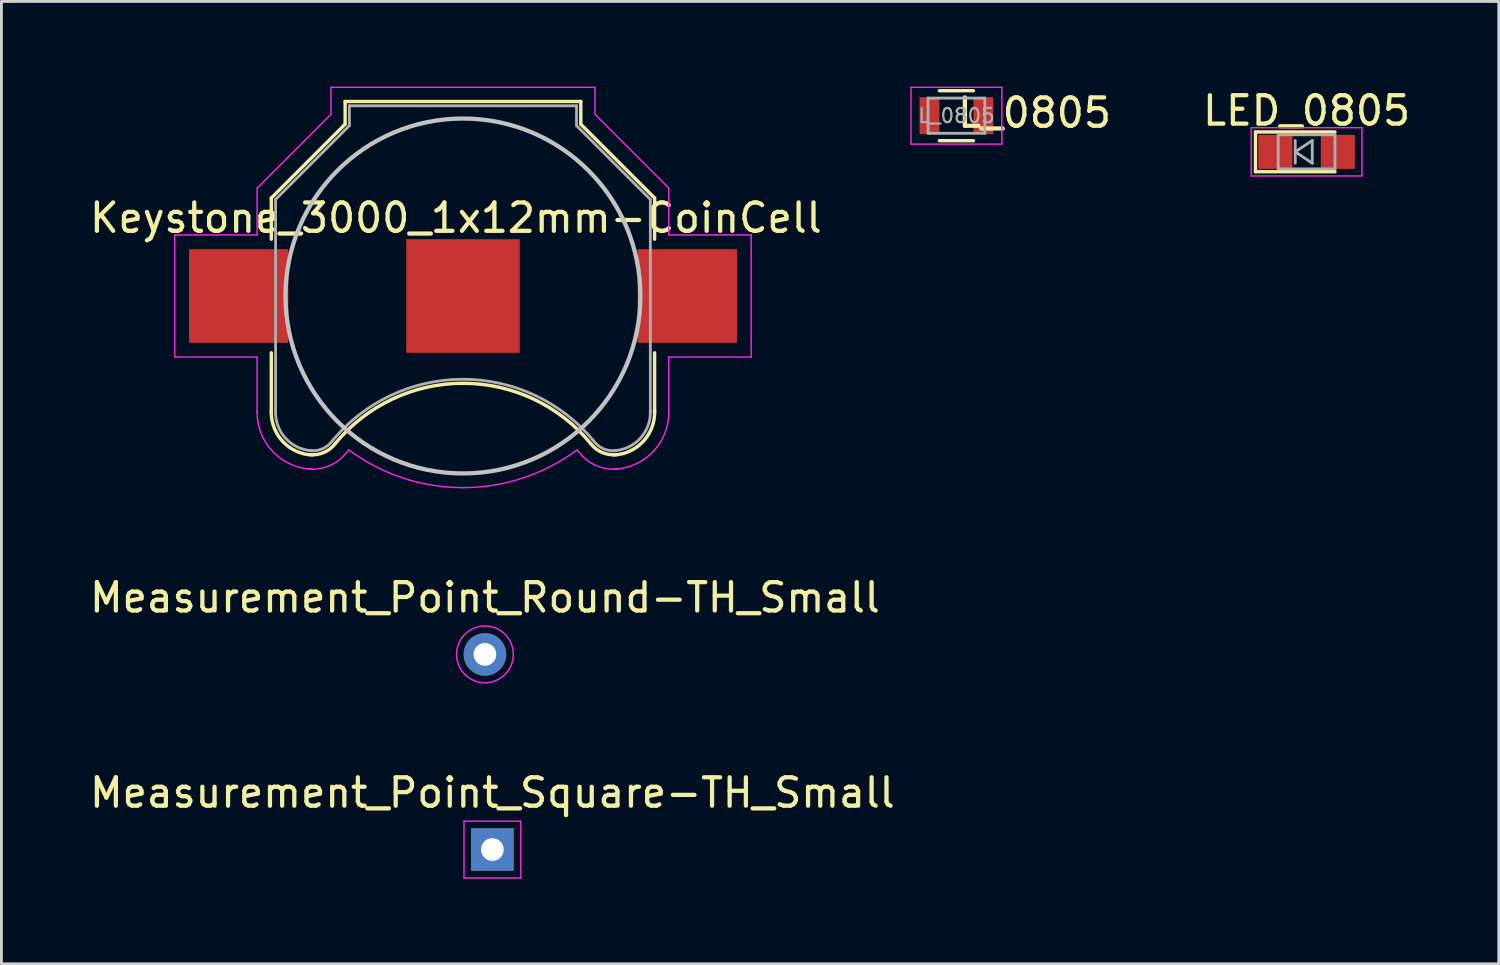
<source format=kicad_pcb>
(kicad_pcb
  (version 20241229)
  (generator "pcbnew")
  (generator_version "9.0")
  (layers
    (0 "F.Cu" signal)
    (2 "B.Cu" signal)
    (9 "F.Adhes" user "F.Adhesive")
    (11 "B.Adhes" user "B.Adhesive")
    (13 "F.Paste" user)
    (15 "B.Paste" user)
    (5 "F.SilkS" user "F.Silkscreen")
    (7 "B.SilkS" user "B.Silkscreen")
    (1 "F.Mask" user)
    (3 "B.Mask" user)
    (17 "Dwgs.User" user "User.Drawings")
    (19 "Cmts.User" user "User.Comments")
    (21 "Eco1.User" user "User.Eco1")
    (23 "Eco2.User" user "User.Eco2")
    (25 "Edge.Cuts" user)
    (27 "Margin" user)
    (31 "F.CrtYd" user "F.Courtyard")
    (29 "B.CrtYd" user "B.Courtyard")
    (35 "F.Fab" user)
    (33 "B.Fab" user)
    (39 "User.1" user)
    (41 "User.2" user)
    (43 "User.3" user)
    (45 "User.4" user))
  (footprint "LED_0805"
    (layer "F.Cu")
    (at 42.97 2.298)
    (property "Reference" "LED_0805" (at 0 -1.45 0) (layer "F.SilkS") (effects (font (size 1 1) (thickness 0.15))))
    (attr smd)
    (fp_line (start -1.8 -0.7) (end -1.8 0.7) (stroke (width 0.12) (type solid)) (layer "F.SilkS"))
    (fp_line (start -1.8 -0.7) (end 1 -0.7) (stroke (width 0.12) (type solid)) (layer "F.SilkS"))
    (fp_line (start -1.8 0.7) (end 1 0.7) (stroke (width 0.12) (type solid)) (layer "F.SilkS"))
    (fp_line (start -1.95 -0.85) (end 1.95 -0.85) (stroke (width 0.05) (type solid)) (layer "F.CrtYd"))
    (fp_line (start -1.95 0.85) (end -1.95 -0.85) (stroke (width 0.05) (type solid)) (layer "F.CrtYd"))
    (fp_line (start 1.95 -0.85) (end 1.95 0.85) (stroke (width 0.05) (type solid)) (layer "F.CrtYd"))
    (fp_line (start 1.95 0.85) (end -1.95 0.85) (stroke (width 0.05) (type solid)) (layer "F.CrtYd"))
    (fp_line (start -1 -0.6) (end 1 -0.6) (stroke (width 0.1) (type solid)) (layer "F.Fab"))
    (fp_line (start -1 0.6) (end -1 -0.6) (stroke (width 0.1) (type solid)) (layer "F.Fab"))
    (fp_line (start -0.4 -0.4) (end -0.4 0.4) (stroke (width 0.1) (type solid)) (layer "F.Fab"))
    (fp_line (start -0.4 0) (end 0.2 -0.4) (stroke (width 0.1) (type solid)) (layer "F.Fab"))
    (fp_line (start 0.2 -0.4) (end 0.2 0.4) (stroke (width 0.1) (type solid)) (layer "F.Fab"))
    (fp_line (start 0.2 0.4) (end -0.4 0) (stroke (width 0.1) (type solid)) (layer "F.Fab"))
    (fp_line (start 1 -0.6) (end 1 0.6) (stroke (width 0.1) (type solid)) (layer "F.Fab"))
    (fp_line (start 1 0.6) (end -1 0.6) (stroke (width 0.1) (type solid)) (layer "F.Fab"))
    (pad "1" smd rect (at -1.1 0 180) (size 1.2 1.2) (layers "F.Cu" "F.Mask" "F.Paste"))
    (pad "2" smd rect (at 1.1 0 180) (size 1.2 1.2) (layers "F.Cu" "F.Mask" "F.Paste")))
  (footprint "Measurement_Point_Round-TH_Small"
    (layer "F.Cu")
    (at 14.03 19.998)
    (property "Reference" "Measurement_Point_Round-TH_Small" (at 0 -2 0) (layer "F.SilkS") (effects (font (size 1 1) (thickness 0.15))))
    (attr exclude_from_pos_files exclude_from_bom)
    (fp_circle (center 0 0) (end 1 0) (stroke (width 0.05) (type solid)) (fill no) (layer "F.CrtYd"))
    (pad "1" thru_hole circle (at 0 0) (size 1.5 1.5) (drill 0.8) (layers "*.Cu" "*.Mask")))
  (footprint "L_0805"
    (layer "F.Cu")
    (at 30.637 1.025)
    (property "Reference" "L_0805" (at 2.75 -0.1 0) (layer "F.SilkS") (effects (font (size 1 1) (thickness 0.15))))
    (attr smd)
    (fp_line (start -0.6 -0.88) (end 0.6 -0.88) (stroke (width 0.12) (type solid)) (layer "F.SilkS"))
    (fp_line (start 0.6 0.88) (end -0.6 0.88) (stroke (width 0.12) (type solid)) (layer "F.SilkS"))
    (fp_line (start -1.6 -1) (end -1.6 1) (stroke (width 0.05) (type solid)) (layer "F.CrtYd"))
    (fp_line (start -1.6 -1) (end 1.6 -1) (stroke (width 0.05) (type solid)) (layer "F.CrtYd"))
    (fp_line (start -1.6 1) (end 1.6 1) (stroke (width 0.05) (type solid)) (layer "F.CrtYd"))
    (fp_line (start 1.6 -1) (end 1.6 1) (stroke (width 0.05) (type solid)) (layer "F.CrtYd"))
    (fp_line (start -1 -0.62) (end 1 -0.62) (stroke (width 0.1) (type solid)) (layer "F.Fab"))
    (fp_line (start -1 0.62) (end -1 -0.62) (stroke (width 0.1) (type solid)) (layer "F.Fab"))
    (fp_line (start 1 -0.62) (end 1 0.62) (stroke (width 0.1) (type solid)) (layer "F.Fab"))
    (fp_line (start 1 0.62) (end -1 0.62) (stroke (width 0.1) (type solid)) (layer "F.Fab"))
    (fp_text user "${REFERENCE}" (at 0 0 0) (layer "F.Fab") (effects (font (size 0.5 0.5) (thickness 0.075))))
    (pad "1" smd rect (at -0.95 0) (size 0.7 1.3) (layers "F.Cu" "F.Mask" "F.Paste"))
    (pad "2" smd rect (at 0.95 0) (size 0.7 1.3) (layers "F.Cu" "F.Mask" "F.Paste")))
  (footprint "Measurement_Point_Square-TH_Small"
    (layer "F.Cu")
    (at 14.292 26.872)
    (property "Reference" "Measurement_Point_Square-TH_Small" (at 0 -2 0) (layer "F.SilkS") (effects (font (size 1 1) (thickness 0.15))))
    (attr exclude_from_pos_files exclude_from_bom)
    (fp_line (start -1 -1) (end 1 -1) (stroke (width 0.05) (type solid)) (layer "F.CrtYd"))
    (fp_line (start -1 1) (end -1 -1) (stroke (width 0.05) (type solid)) (layer "F.CrtYd"))
    (fp_line (start 1 -1) (end 1 1) (stroke (width 0.05) (type solid)) (layer "F.CrtYd"))
    (fp_line (start 1 1) (end -1 1) (stroke (width 0.05) (type solid)) (layer "F.CrtYd"))
    (pad "1" thru_hole rect (at 0 0) (size 1.5 1.5) (drill 0.8) (layers "*.Cu" "*.Mask")))
  (footprint "Keystone_3000_1x12mm-CoinCell"
    (layer "F.Cu")
    (at 13.256 7.375)
    (property "Reference" "Keystone_3000_1x12mm-CoinCell" (at -0.25 -2.75 0) (layer "F.SilkS") (effects (font (size 1 1) (thickness 0.15))))
    (attr smd)
    (fp_line (start -6.75 -3.45) (end -4.15 -6.05) (stroke (width 0.12) (type solid)) (layer "F.SilkS"))
    (fp_line (start -6.75 -2) (end -6.75 -3.45) (stroke (width 0.12) (type solid)) (layer "F.SilkS"))
    (fp_line (start -6.75 2) (end -6.75 4.1) (stroke (width 0.12) (type solid)) (layer "F.SilkS"))
    (fp_line (start -4.15 -6.85) (end 4.15 -6.85) (stroke (width 0.12) (type solid)) (layer "F.SilkS"))
    (fp_line (start -4.15 -6.05) (end -4.15 -6.85) (stroke (width 0.12) (type solid)) (layer "F.SilkS"))
    (fp_line (start 4.15 -6.85) (end 4.15 -6.05) (stroke (width 0.12) (type solid)) (layer "F.SilkS"))
    (fp_line (start 4.15 -6.05) (end 6.75 -3.45) (stroke (width 0.12) (type solid)) (layer "F.SilkS"))
    (fp_line (start 6.75 -3.45) (end 6.75 -2) (stroke (width 0.12) (type solid)) (layer "F.SilkS"))
    (fp_line (start 6.75 2) (end 6.75 4.1) (stroke (width 0.12) (type solid)) (layer "F.SilkS"))
    (fp_arc (start -5.3 5.6) (mid -6.346016 5.125305) (end -6.75 4.05) (stroke (width 0.12) (type solid)) (layer "F.SilkS"))
    (fp_arc (start -4.5 5.2) (mid -4.90584 5.514615) (end -5.414615 5.58416) (stroke (width 0.12) (type solid)) (layer "F.SilkS"))
    (fp_arc (start -4.5 5.2) (mid -0.007341 3.0742) (end 4.490661 5.188671) (stroke (width 0.12) (type solid)) (layer "F.SilkS"))
    (fp_arc (start 5.414615 5.58416) (mid 4.90584 5.514615) (end 4.5 5.2) (stroke (width 0.12) (type solid)) (layer "F.SilkS"))
    (fp_arc (start 6.75 4.05) (mid 6.346016 5.125305) (end 5.3 5.6) (stroke (width 0.12) (type solid)) (layer "F.SilkS"))
    (fp_circle (center 0 0) (end 0 6.25) (stroke (width 0.15) (type solid)) (fill no) (layer "Dwgs.User"))
    (fp_line (start -10.15 -2.15) (end -10.15 2.15) (stroke (width 0.05) (type solid)) (layer "F.CrtYd"))
    (fp_line (start -10.15 2.15) (end -7.25 2.15) (stroke (width 0.05) (type solid)) (layer "F.CrtYd"))
    (fp_line (start -7.25 -3.8) (end -4.65 -6.4) (stroke (width 0.05) (type solid)) (layer "F.CrtYd"))
    (fp_line (start -7.25 -2.15) (end -10.15 -2.15) (stroke (width 0.05) (type solid)) (layer "F.CrtYd"))
    (fp_line (start -7.25 -2.15) (end -7.25 -3.8) (stroke (width 0.05) (type solid)) (layer "F.CrtYd"))
    (fp_line (start -7.25 2.15) (end -7.25 4.1) (stroke (width 0.05) (type solid)) (layer "F.CrtYd"))
    (fp_line (start -4.65 -7.35) (end 4.65 -7.35) (stroke (width 0.05) (type solid)) (layer "F.CrtYd"))
    (fp_line (start -4.65 -6.4) (end -4.65 -7.35) (stroke (width 0.05) (type solid)) (layer "F.CrtYd"))
    (fp_line (start 4.65 -6.4) (end 4.65 -7.35) (stroke (width 0.05) (type solid)) (layer "F.CrtYd"))
    (fp_line (start 7.25 -3.8) (end 4.65 -6.4) (stroke (width 0.05) (type solid)) (layer "F.CrtYd"))
    (fp_line (start 7.25 -2.15) (end 7.25 -3.8) (stroke (width 0.05) (type solid)) (layer "F.CrtYd"))
    (fp_line (start 7.25 -2.15) (end 10.15 -2.15) (stroke (width 0.05) (type solid)) (layer "F.CrtYd"))
    (fp_line (start 7.25 2.15) (end 7.25 4.1) (stroke (width 0.05) (type solid)) (layer "F.CrtYd"))
    (fp_line (start 10.15 -2.15) (end 10.15 2.15) (stroke (width 0.05) (type solid)) (layer "F.CrtYd"))
    (fp_line (start 10.15 2.15) (end 7.25 2.15) (stroke (width 0.05) (type solid)) (layer "F.CrtYd"))
    (fp_arc (start -5.3 6.1) (mid -6.699569 5.478858) (end -7.25 4.05) (stroke (width 0.05) (type solid)) (layer "F.CrtYd"))
    (fp_arc (start -4.22 5.65) (mid -4.814553 6.021742) (end -5.513125 6.082436) (stroke (width 0.05) (type solid)) (layer "F.CrtYd"))
    (fp_arc (start -4.22 5.65) (mid -4.123743 5.534157) (end -4.024388 5.42096) (stroke (width 0.05) (type solid)) (layer "F.CrtYd"))
    (fp_arc (start 0 6.75) (mid -2.119449 6.408622) (end -4.024518 5.419018) (stroke (width 0.05) (type solid)) (layer "F.CrtYd"))
    (fp_arc (start 4.024518 5.419018) (mid 2.119449 6.408622) (end 0 6.75) (stroke (width 0.05) (type solid)) (layer "F.CrtYd"))
    (fp_arc (start 4.02471 5.432858) (mid 4.123824 5.540108) (end 4.22 5.65) (stroke (width 0.05) (type solid)) (layer "F.CrtYd"))
    (fp_arc (start 5.513125 6.082436) (mid 4.814553 6.021742) (end 4.22 5.65) (stroke (width 0.05) (type solid)) (layer "F.CrtYd"))
    (fp_arc (start 7.25 4.05) (mid 6.699569 5.478858) (end 5.3 6.1) (stroke (width 0.05) (type solid)) (layer "F.CrtYd"))
    (fp_line (start -6.6 -3.4) (end -6.6 4.1) (stroke (width 0.1) (type solid)) (layer "F.Fab"))
    (fp_line (start -4 -6.7) (end -4 -6) (stroke (width 0.1) (type solid)) (layer "F.Fab"))
    (fp_line (start -4 -6.7) (end 4 -6.7) (stroke (width 0.1) (type solid)) (layer "F.Fab"))
    (fp_line (start -4 -6) (end -6.6 -3.4) (stroke (width 0.1) (type solid)) (layer "F.Fab"))
    (fp_line (start 4 -6.7) (end 4 -6) (stroke (width 0.1) (type solid)) (layer "F.Fab"))
    (fp_line (start 4 -6) (end 6.6 -3.4) (stroke (width 0.1) (type solid)) (layer "F.Fab"))
    (fp_line (start 6.6 -3.4) (end 6.6 4.1) (stroke (width 0.1) (type solid)) (layer "F.Fab"))
    (fp_arc (start -5.3 5.45) (mid -6.239949 5.019239) (end -6.6 4.05) (stroke (width 0.1) (type solid)) (layer "F.Fab"))
    (fp_arc (start -4.6 5.1) (mid -4.942443 5.378013) (end -5.378013 5.447558) (stroke (width 0.1) (type solid)) (layer "F.Fab"))
    (fp_arc (start -4.6 5.1) (mid 0.006214 2.93343) (end 4.607905 5.109589) (stroke (width 0.1) (type solid)) (layer "F.Fab"))
    (fp_arc (start 5.378013 5.447558) (mid 4.942442 5.378013) (end 4.6 5.1) (stroke (width 0.1) (type solid)) (layer "F.Fab"))
    (fp_arc (start 6.6 4.05) (mid 6.239949 5.019239) (end 5.3 5.45) (stroke (width 0.1) (type solid)) (layer "F.Fab"))
    (pad "1" smd rect (at -7.9 0) (size 3.5 3.3) (layers "F.Cu" "F.Mask" "F.Paste"))
    (pad "1" smd rect (at 7.9 0) (size 3.5 3.3) (layers "F.Cu" "F.Mask" "F.Paste"))
    (pad "2" smd rect (at 0 0) (size 4 4) (layers "F.Cu" "F.Mask")))
  (gr_rect
    (start -3 -3)
    (end 49.738 30.896)
    (stroke (width 0.1) (type default))
    (fill no)
    (layer "Edge.Cuts")))
</source>
